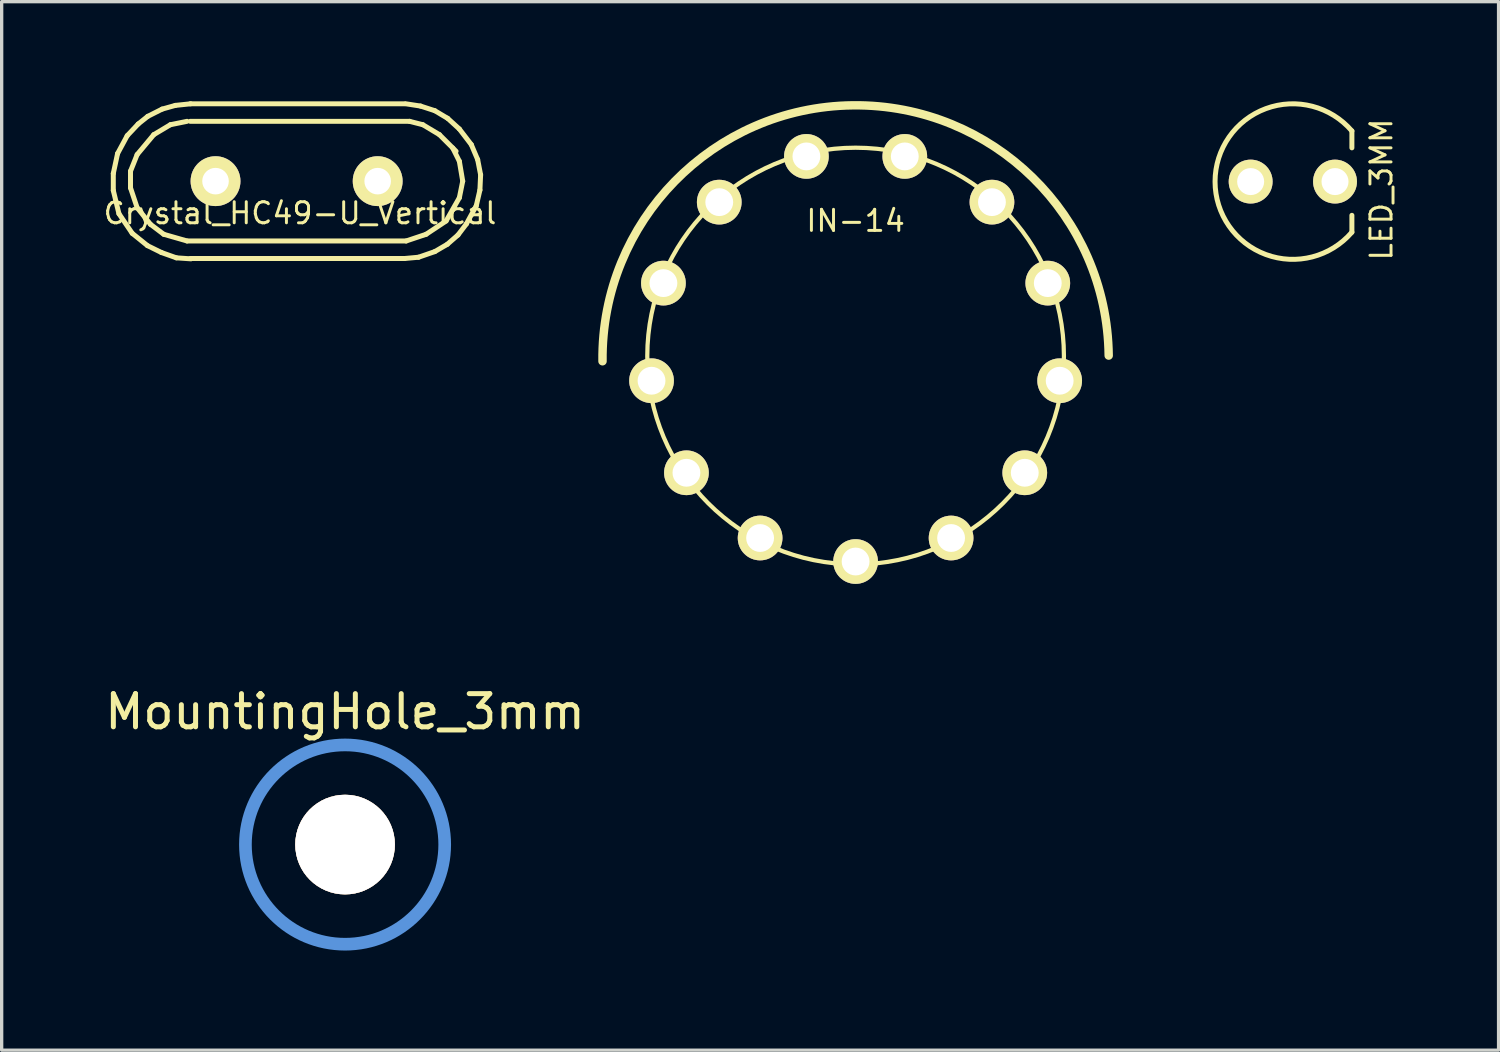
<source format=kicad_pcb>
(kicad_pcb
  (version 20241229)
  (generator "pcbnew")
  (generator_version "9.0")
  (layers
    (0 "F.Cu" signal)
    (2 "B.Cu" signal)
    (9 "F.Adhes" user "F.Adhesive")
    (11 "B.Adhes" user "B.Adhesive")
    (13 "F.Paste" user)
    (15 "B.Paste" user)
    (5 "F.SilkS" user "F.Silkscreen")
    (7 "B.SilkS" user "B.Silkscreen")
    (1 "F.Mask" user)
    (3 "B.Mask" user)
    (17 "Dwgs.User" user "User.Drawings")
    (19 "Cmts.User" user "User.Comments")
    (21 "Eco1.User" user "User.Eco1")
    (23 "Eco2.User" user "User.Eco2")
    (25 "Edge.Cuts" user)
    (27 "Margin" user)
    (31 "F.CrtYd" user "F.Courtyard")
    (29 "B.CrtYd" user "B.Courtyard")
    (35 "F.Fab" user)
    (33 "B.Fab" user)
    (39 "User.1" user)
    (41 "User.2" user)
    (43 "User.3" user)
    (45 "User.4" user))
  (footprint "Crystal_HC49-U_Vertical"
    (layer "F.Cu")
    (at 5.88 2.404)
    (property "Reference" "Crystal_HC49-U_Vertical" (at 0.102 0.965 0) (layer "F.SilkS") (effects (font (size 0.635 0.635) (thickness 0.089))))
    (attr through_hole)
    (fp_line (start -5.519 -0.231) (end -5.519 0.279) (stroke (width 0.15) (type solid)) (layer "F.SilkS"))
    (fp_line (start -5.519 0.279) (end -5.349 0.98) (stroke (width 0.15) (type solid)) (layer "F.SilkS"))
    (fp_line (start -5.39 -0.831) (end -5.519 -0.231) (stroke (width 0.15) (type solid)) (layer "F.SilkS"))
    (fp_line (start -5.349 0.98) (end -4.95 1.57) (stroke (width 0.15) (type solid)) (layer "F.SilkS"))
    (fp_line (start -5.1 -1.369) (end -5.39 -0.831) (stroke (width 0.15) (type solid)) (layer "F.SilkS"))
    (fp_line (start -5.001 -0.3) (end -4.801 -0.8) (stroke (width 0.15) (type solid)) (layer "F.SilkS"))
    (fp_line (start -5.001 0.201) (end -5.001 -0.3) (stroke (width 0.15) (type solid)) (layer "F.SilkS"))
    (fp_line (start -4.95 1.57) (end -4.491 1.941) (stroke (width 0.15) (type solid)) (layer "F.SilkS"))
    (fp_line (start -4.801 -0.8) (end -4.3 -1.4) (stroke (width 0.15) (type solid)) (layer "F.SilkS"))
    (fp_line (start -4.801 0.8) (end -5.001 0.201) (stroke (width 0.15) (type solid)) (layer "F.SilkS"))
    (fp_line (start -4.77 -1.72) (end -5.1 -1.369) (stroke (width 0.15) (type solid)) (layer "F.SilkS"))
    (fp_line (start -4.491 1.941) (end -4.069 2.149) (stroke (width 0.15) (type solid)) (layer "F.SilkS"))
    (fp_line (start -4.481 -1.951) (end -4.77 -1.72) (stroke (width 0.15) (type solid)) (layer "F.SilkS"))
    (fp_line (start -4.399 1.3) (end -4.801 0.8) (stroke (width 0.15) (type solid)) (layer "F.SilkS"))
    (fp_line (start -4.3 -1.4) (end -3.8 -1.699) (stroke (width 0.15) (type solid)) (layer "F.SilkS"))
    (fp_line (start -4.069 2.149) (end -3.619 2.309) (stroke (width 0.15) (type solid)) (layer "F.SilkS"))
    (fp_line (start -4.049 -2.169) (end -4.481 -1.951) (stroke (width 0.15) (type solid)) (layer "F.SilkS"))
    (fp_line (start -4 1.6) (end -4.399 1.3) (stroke (width 0.15) (type solid)) (layer "F.SilkS"))
    (fp_line (start -3.8 -1.699) (end -3.299 -1.801) (stroke (width 0.15) (type solid)) (layer "F.SilkS"))
    (fp_line (start -3.65 -2.281) (end -4.049 -2.169) (stroke (width 0.15) (type solid)) (layer "F.SilkS"))
    (fp_line (start -3.619 2.309) (end -3.18 2.339) (stroke (width 0.15) (type solid)) (layer "F.SilkS"))
    (fp_line (start -3.299 1.801) (end -4 1.6) (stroke (width 0.15) (type solid)) (layer "F.SilkS"))
    (fp_line (start -3.2 -2.329) (end 3.251 -2.329) (stroke (width 0.15) (type solid)) (layer "F.SilkS"))
    (fp_line (start -3.2 -1.801) (end 3.401 -1.801) (stroke (width 0.15) (type solid)) (layer "F.SilkS"))
    (fp_line (start -3.2 2.329) (end 3.251 2.329) (stroke (width 0.15) (type solid)) (layer "F.SilkS"))
    (fp_line (start -3.19 -2.329) (end -3.65 -2.281) (stroke (width 0.15) (type solid)) (layer "F.SilkS"))
    (fp_line (start 3.251 2.329) (end 3.67 2.291) (stroke (width 0.15) (type solid)) (layer "F.SilkS"))
    (fp_line (start 3.299 1.801) (end -3.299 1.801) (stroke (width 0.15) (type solid)) (layer "F.SilkS"))
    (fp_line (start 3.401 -1.801) (end 3.8 -1.699) (stroke (width 0.15) (type solid)) (layer "F.SilkS"))
    (fp_line (start 3.67 2.291) (end 4.161 2.121) (stroke (width 0.15) (type solid)) (layer "F.SilkS"))
    (fp_line (start 3.731 -2.261) (end 3.289 -2.329) (stroke (width 0.15) (type solid)) (layer "F.SilkS"))
    (fp_line (start 3.8 -1.699) (end 4.3 -1.4) (stroke (width 0.15) (type solid)) (layer "F.SilkS"))
    (fp_line (start 3.899 1.6) (end 3.299 1.801) (stroke (width 0.15) (type solid)) (layer "F.SilkS"))
    (fp_line (start 4.161 -2.121) (end 3.731 -2.261) (stroke (width 0.15) (type solid)) (layer "F.SilkS"))
    (fp_line (start 4.161 2.121) (end 4.539 1.9) (stroke (width 0.15) (type solid)) (layer "F.SilkS"))
    (fp_line (start 4.3 -1.4) (end 4.801 -0.899) (stroke (width 0.15) (type solid)) (layer "F.SilkS"))
    (fp_line (start 4.501 1.199) (end 3.899 1.6) (stroke (width 0.15) (type solid)) (layer "F.SilkS"))
    (fp_line (start 4.539 1.9) (end 4.859 1.621) (stroke (width 0.15) (type solid)) (layer "F.SilkS"))
    (fp_line (start 4.549 -1.89) (end 4.161 -2.121) (stroke (width 0.15) (type solid)) (layer "F.SilkS"))
    (fp_line (start 4.699 -1.001) (end 4.9 -0.599) (stroke (width 0.15) (type solid)) (layer "F.SilkS"))
    (fp_line (start 4.859 1.621) (end 5.11 1.29) (stroke (width 0.15) (type solid)) (layer "F.SilkS"))
    (fp_line (start 4.9 -1.57) (end 4.549 -1.89) (stroke (width 0.15) (type solid)) (layer "F.SilkS"))
    (fp_line (start 4.9 -0.599) (end 5.001 0) (stroke (width 0.15) (type solid)) (layer "F.SilkS"))
    (fp_line (start 4.9 0.5) (end 4.501 1.199) (stroke (width 0.15) (type solid)) (layer "F.SilkS"))
    (fp_line (start 5.001 0) (end 4.9 0.5) (stroke (width 0.15) (type solid)) (layer "F.SilkS"))
    (fp_line (start 5.11 1.29) (end 5.41 0.739) (stroke (width 0.15) (type solid)) (layer "F.SilkS"))
    (fp_line (start 5.26 -1.1) (end 4.9 -1.57) (stroke (width 0.15) (type solid)) (layer "F.SilkS"))
    (fp_line (start 5.41 0.739) (end 5.519 0.269) (stroke (width 0.15) (type solid)) (layer "F.SilkS"))
    (fp_line (start 5.451 -0.65) (end 5.26 -1.1) (stroke (width 0.15) (type solid)) (layer "F.SilkS"))
    (fp_line (start 5.519 0.269) (end 5.54 -0.191) (stroke (width 0.15) (type solid)) (layer "F.SilkS"))
    (fp_line (start 5.54 -0.191) (end 5.451 -0.65) (stroke (width 0.15) (type solid)) (layer "F.SilkS"))
    (pad "1" thru_hole circle (at -2.441 0) (size 1.501 1.501) (drill 0.8) (layers "*.Cu" "*.Mask" "F.SilkS"))
    (pad "2" thru_hole circle (at 2.441 0) (size 1.501 1.501) (drill 0.8) (layers "*.Cu" "*.Mask" "F.SilkS")))
  (footprint "IN-14"
    (layer "F.Cu")
    (at 22.71 7.669)
    (property "Reference" "IN-14" (at 0 -4.071 0) (layer "F.SilkS") (effects (font (size 0.635 0.635) (thickness 0.089))))
    (attr exclude_from_pos_files exclude_from_bom)
    (fp_arc (start -7.62 0.15748) (mid -0.08539 -7.541188) (end 7.619851 -0.013299) (stroke (width 0.254) (type solid)) (layer "F.SilkS"))
    (fp_circle (center 0 0) (end -4.435 4.435) (stroke (width 0.127) (type solid)) (fill no) (layer "F.SilkS"))
    (pad "0" thru_hole circle (at -5.093 3.515) (size 1.346 1.346) (drill 0.838) (layers "*.Cu" "*.Mask" "F.SilkS" "F.Paste"))
    (pad "1" thru_hole circle (at 5.093 3.515) (size 1.346 1.346) (drill 0.838) (layers "*.Cu" "*.Mask" "F.SilkS" "F.Paste"))
    (pad "2" thru_hole circle (at 6.144 0.744) (size 1.346 1.346) (drill 0.838) (layers "*.Cu" "*.Mask" "F.SilkS" "F.Paste"))
    (pad "3" thru_hole circle (at 5.786 -2.195) (size 1.346 1.346) (drill 0.838) (layers "*.Cu" "*.Mask" "F.SilkS" "F.Paste"))
    (pad "4" thru_hole circle (at 4.105 -4.633) (size 1.346 1.346) (drill 0.838) (layers "*.Cu" "*.Mask" "F.SilkS" "F.Paste"))
    (pad "5" thru_hole circle (at 1.481 -6.01) (size 1.346 1.346) (drill 0.838) (layers "*.Cu" "*.Mask" "F.SilkS" "F.Paste"))
    (pad "6" thru_hole circle (at -1.481 -6.01) (size 1.346 1.346) (drill 0.838) (layers "*.Cu" "*.Mask" "F.SilkS" "F.Paste"))
    (pad "7" thru_hole circle (at -4.105 -4.633) (size 1.346 1.346) (drill 0.838) (layers "*.Cu" "*.Mask" "F.SilkS" "F.Paste"))
    (pad "8" thru_hole circle (at -5.786 -2.195) (size 1.346 1.346) (drill 0.838) (layers "*.Cu" "*.Mask" "F.SilkS" "F.Paste"))
    (pad "9" thru_hole circle (at -6.144 0.744) (size 1.346 1.346) (drill 0.838) (layers "*.Cu" "*.Mask" "F.SilkS" "F.Paste"))
    (pad "A" thru_hole circle (at 0 6.187) (size 1.346 1.346) (drill 0.838) (layers "*.Cu" "*.Mask" "F.SilkS" "F.Paste"))
    (pad "LHDP" thru_hole circle (at -2.875 5.479) (size 1.346 1.346) (drill 0.838) (layers "*.Cu" "*.Mask" "F.SilkS" "F.Paste"))
    (pad "RHDP" thru_hole circle (at 2.875 5.479) (size 1.346 1.346) (drill 0.838) (layers "*.Cu" "*.Mask" "F.SilkS" "F.Paste")))
  (footprint "LED_3MM"
    (layer "F.Cu")
    (at 35.874 2.417)
    (property "Reference" "LED_3MM" (at 2.667 0.239 270) (layer "F.SilkS") (effects (font (size 0.635 0.635) (thickness 0.089))))
    (attr exclude_from_pos_files exclude_from_bom)
    (fp_line (start 1.778 -1.524) (end 1.778 -1.016) (stroke (width 0.15) (type solid)) (layer "F.SilkS"))
    (fp_line (start 1.778 1.524) (end 1.778 1.016) (stroke (width 0.15) (type solid)) (layer "F.SilkS"))
    (fp_arc (start 1.778 1.524) (mid -2.341764 0) (end 1.778 -1.524) (stroke (width 0.15) (type solid)) (layer "F.SilkS"))
    (pad "A" thru_hole circle (at -1.27 0) (size 1.321 1.321) (drill 0.813) (layers "*.Cu" "*.Mask" "F.SilkS" "F.Paste"))
    (pad "K" thru_hole circle (at 1.27 0) (size 1.321 1.321) (drill 0.813) (layers "*.Cu" "*.Mask" "F.SilkS" "F.Paste")))
  (footprint "MountingHole_3mm"
    (layer "F.Cu")
    (at 7.339 22.378)
    (property "Reference" "MountingHole_3mm" (at 0 -4 0) (layer "F.SilkS") (effects (font (size 1 1) (thickness 0.15))))
    (attr through_hole)
    (fp_circle (center 0 0) (end 3 0) (stroke (width 0.381) (type solid)) (fill no) (layer "Cmts.User"))
    (pad "" np_thru_hole circle (at 0 0) (size 3 3) (drill 3) (layers "*.Cu" "*.SilkS" "*.Mask")))
  (gr_rect
    (start -3 -3)
    (end 42.068 28.568)
    (stroke (width 0.1) (type default))
    (fill no)
    (layer "Edge.Cuts")))
</source>
